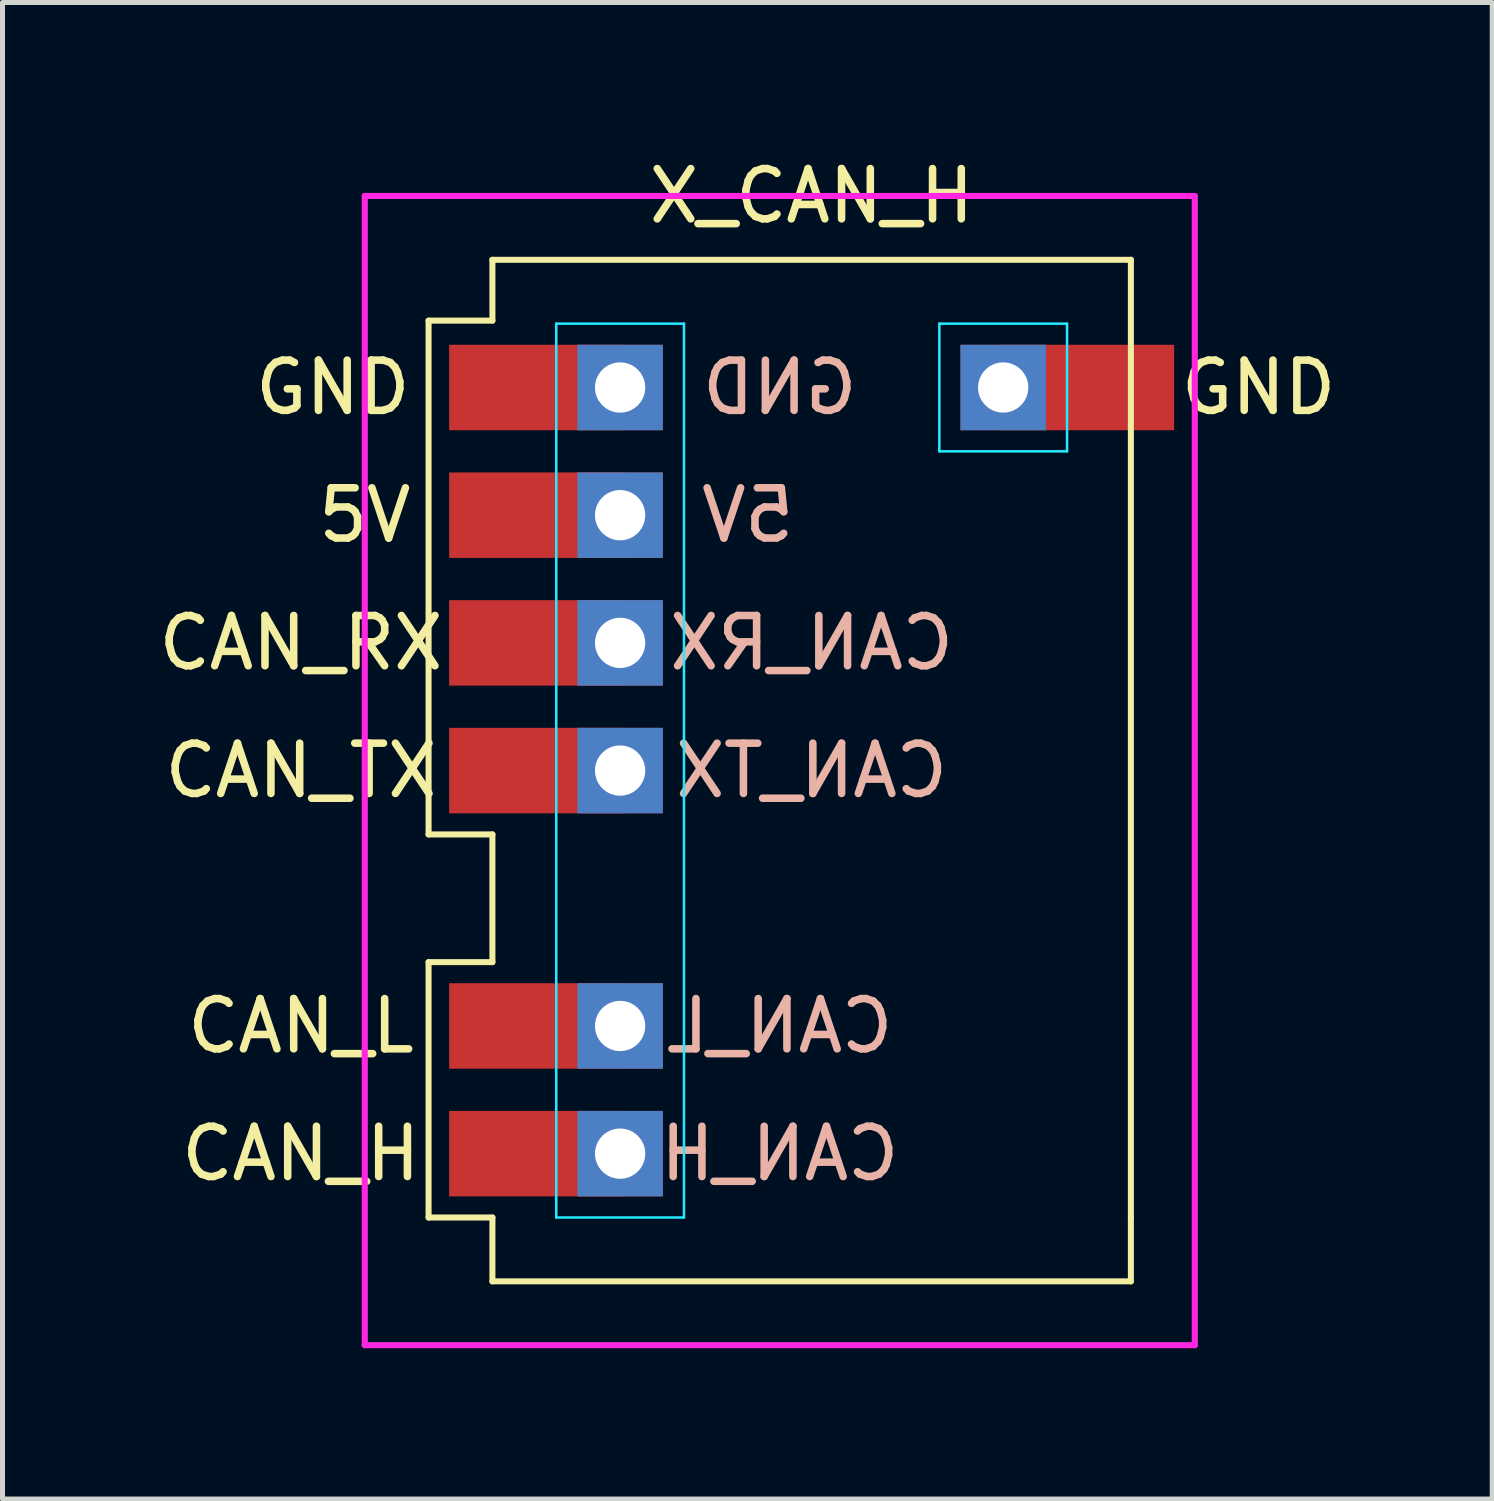
<source format=kicad_pcb>
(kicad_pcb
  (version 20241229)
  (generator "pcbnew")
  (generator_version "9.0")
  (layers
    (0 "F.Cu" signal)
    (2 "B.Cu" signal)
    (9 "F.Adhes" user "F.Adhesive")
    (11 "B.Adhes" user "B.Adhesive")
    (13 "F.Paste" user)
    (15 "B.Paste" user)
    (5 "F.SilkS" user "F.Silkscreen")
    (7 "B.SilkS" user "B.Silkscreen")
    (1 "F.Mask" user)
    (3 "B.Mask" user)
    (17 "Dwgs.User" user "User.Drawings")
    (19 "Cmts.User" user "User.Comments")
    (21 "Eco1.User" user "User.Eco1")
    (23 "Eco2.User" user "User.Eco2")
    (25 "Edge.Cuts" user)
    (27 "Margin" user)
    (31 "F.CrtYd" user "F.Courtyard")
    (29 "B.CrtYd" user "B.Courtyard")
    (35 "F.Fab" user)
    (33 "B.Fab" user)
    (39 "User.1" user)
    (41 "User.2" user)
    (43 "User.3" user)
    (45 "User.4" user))
  (footprint "X_CAN_H"
    (layer "F.Cu")
    (at 15.635 12.278)
    (property "Reference" "X_CAN_H" (at -2.54 -11.43 0) (unlocked yes) (layer "F.SilkS") (effects (font (size 1 1) (thickness 0.15))))
    (attr smd)
    (fp_line (start -10.16 -8.95) (end -8.89 -8.95) (stroke (width 0.12) (type solid)) (layer "F.SilkS"))
    (fp_line (start -10.16 1.27) (end -10.16 -8.95) (stroke (width 0.12) (type solid)) (layer "F.SilkS"))
    (fp_line (start -10.16 3.81) (end -8.89 3.81) (stroke (width 0.12) (type solid)) (layer "F.SilkS"))
    (fp_line (start -10.16 8.89) (end -10.16 3.81) (stroke (width 0.12) (type solid)) (layer "F.SilkS"))
    (fp_line (start -8.89 -10.16) (end 3.81 -10.16) (stroke (width 0.12) (type solid)) (layer "F.SilkS"))
    (fp_line (start -8.89 -8.95) (end -8.89 -10.16) (stroke (width 0.12) (type solid)) (layer "F.SilkS"))
    (fp_line (start -8.89 1.27) (end -10.16 1.27) (stroke (width 0.12) (type solid)) (layer "F.SilkS"))
    (fp_line (start -8.89 3.81) (end -8.89 1.27) (stroke (width 0.12) (type solid)) (layer "F.SilkS"))
    (fp_line (start -8.89 8.89) (end -10.16 8.89) (stroke (width 0.12) (type solid)) (layer "F.SilkS"))
    (fp_line (start -8.89 10.16) (end -8.89 8.89) (stroke (width 0.12) (type solid)) (layer "F.SilkS"))
    (fp_line (start 3.81 -10.16) (end 3.81 8.89) (stroke (width 0.12) (type solid)) (layer "F.SilkS"))
    (fp_line (start 3.81 8.89) (end 3.81 10.16) (stroke (width 0.12) (type solid)) (layer "F.SilkS"))
    (fp_line (start 3.81 10.16) (end -8.89 10.16) (stroke (width 0.12) (type solid)) (layer "F.SilkS"))
    (fp_line (start -7.62 -8.89) (end -7.62 8.89) (stroke (width 0.05) (type solid)) (layer "B.CrtYd"))
    (fp_line (start -7.62 8.89) (end -5.08 8.89) (stroke (width 0.05) (type solid)) (layer "B.CrtYd"))
    (fp_line (start -5.08 -8.89) (end -7.62 -8.89) (stroke (width 0.05) (type solid)) (layer "B.CrtYd"))
    (fp_line (start -5.08 8.89) (end -5.08 -8.89) (stroke (width 0.05) (type solid)) (layer "B.CrtYd"))
    (fp_line (start 0 -8.89) (end 0 -6.35) (stroke (width 0.05) (type solid)) (layer "B.CrtYd"))
    (fp_line (start 0 -6.35) (end 2.54 -6.35) (stroke (width 0.05) (type solid)) (layer "B.CrtYd"))
    (fp_line (start 2.54 -8.89) (end 0 -8.89) (stroke (width 0.05) (type solid)) (layer "B.CrtYd"))
    (fp_line (start 2.54 -6.35) (end 2.54 -8.89) (stroke (width 0.05) (type solid)) (layer "B.CrtYd"))
    (fp_line (start -11.43 -11.43) (end 5.08 -11.43) (stroke (width 0.12) (type solid)) (layer "F.CrtYd"))
    (fp_line (start -11.43 11.43) (end -11.43 -11.43) (stroke (width 0.12) (type solid)) (layer "F.CrtYd"))
    (fp_line (start 5.08 -11.43) (end 5.08 11.43) (stroke (width 0.12) (type solid)) (layer "F.CrtYd"))
    (fp_line (start 5.08 11.43) (end -11.43 11.43) (stroke (width 0.12) (type solid)) (layer "F.CrtYd"))
    (fp_line (start -11.43 -11.43) (end 5.08 -11.43) (stroke (width 0.1) (type solid)) (layer "F.Fab"))
    (fp_line (start -11.43 11.43) (end -11.43 -11.43) (stroke (width 0.1) (type solid)) (layer "F.Fab"))
    (fp_line (start 5.08 -11.43) (end 5.08 11.43) (stroke (width 0.1) (type solid)) (layer "F.Fab"))
    (fp_line (start 5.08 11.43) (end -11.43 11.43) (stroke (width 0.1) (type solid)) (layer "F.Fab"))
    (fp_text user "CAN_RX" (at -12.7 -2.54 0) (unlocked yes) (layer "F.SilkS") (effects (font (size 1 1) (thickness 0.15))))
    (fp_text user "GND" (at 6.35 -7.62 0) (unlocked yes) (layer "F.SilkS") (effects (font (size 1 1) (thickness 0.15))))
    (fp_text user "CAN_TX" (at -12.7 0 0) (unlocked yes) (layer "F.SilkS") (effects (font (size 1 1) (thickness 0.15))))
    (fp_text user "CAN_H" (at -12.7 7.62 0) (unlocked yes) (layer "F.SilkS") (effects (font (size 1 1) (thickness 0.15))))
    (fp_text user "GND" (at -12.065 -7.62 0) (unlocked yes) (layer "F.SilkS") (effects (font (size 1 1) (thickness 0.15))))
    (fp_text user "CAN_L" (at -12.7 5.08 0) (unlocked yes) (layer "F.SilkS") (effects (font (size 1 1) (thickness 0.15))))
    (fp_text user "5V" (at -11.43 -5.08 0) (unlocked yes) (layer "F.SilkS") (effects (font (size 1 1) (thickness 0.15))))
    (fp_text user "CAN_L" (at -3.175 5.08 0) (unlocked yes) (layer "B.SilkS") (effects (font (size 1 1) (thickness 0.15)) (justify mirror)))
    (fp_text user "CAN_TX" (at -2.54 0 0) (unlocked yes) (layer "B.SilkS") (effects (font (size 1 1) (thickness 0.15)) (justify mirror)))
    (fp_text user "CAN_RX" (at -2.54 -2.54 0) (unlocked yes) (layer "B.SilkS") (effects (font (size 1 1) (thickness 0.15)) (justify mirror)))
    (fp_text user "5V" (at -3.81 -5.08 0) (unlocked yes) (layer "B.SilkS") (effects (font (size 1 1) (thickness 0.15)) (justify mirror)))
    (fp_text user "CAN_H" (at -3.175 7.62 0) (unlocked yes) (layer "B.SilkS") (effects (font (size 1 1) (thickness 0.15)) (justify mirror)))
    (fp_text user "GND" (at -3.175 -7.62 0) (unlocked yes) (layer "B.SilkS") (effects (font (size 1 1) (thickness 0.15)) (justify mirror)))
    (pad "1" smd rect (at -8.001 -7.62 180) (size 3.5 1.7) (layers "F.Cu" "F.Mask" "F.Paste"))
    (pad "1" thru_hole rect (at -6.35 -7.62 180) (size 1.7 1.7) (drill 1) (layers "*.Cu" "*.Mask"))
    (pad "1" thru_hole rect (at 1.27 -7.62) (size 1.7 1.7) (drill 1) (layers "*.Cu" "*.Mask"))
    (pad "1" smd rect (at 2.921 -7.62) (size 3.5 1.7) (layers "F.Cu" "F.Mask" "F.Paste"))
    (pad "2" smd rect (at -8.001 -5.08 180) (size 3.5 1.7) (layers "F.Cu" "F.Mask" "F.Paste"))
    (pad "2" thru_hole rect (at -6.35 -5.08 180) (size 1.7 1.7) (drill 1) (layers "*.Cu" "*.Mask"))
    (pad "3" smd rect (at -8.001 -2.54 180) (size 3.5 1.7) (layers "F.Cu" "F.Mask" "F.Paste"))
    (pad "3" thru_hole rect (at -6.35 -2.54 180) (size 1.7 1.7) (drill 1) (layers "*.Cu" "*.Mask"))
    (pad "4" smd rect (at -8.001 0 180) (size 3.5 1.7) (layers "F.Cu" "F.Mask" "F.Paste"))
    (pad "4" thru_hole rect (at -6.35 0 180) (size 1.7 1.7) (drill 1) (layers "*.Cu" "*.Mask"))
    (pad "5" smd rect (at -8.001 5.08 180) (size 3.5 1.7) (layers "F.Cu" "F.Mask" "F.Paste"))
    (pad "5" thru_hole rect (at -6.35 5.08 180) (size 1.7 1.7) (drill 1) (layers "*.Cu" "*.Mask"))
    (pad "6" smd rect (at -8.001 7.62 180) (size 3.5 1.7) (layers "F.Cu" "F.Mask" "F.Paste"))
    (pad "6" thru_hole rect (at -6.35 7.62 180) (size 1.7 1.7) (drill 1) (layers "*.Cu" "*.Mask")))
  (gr_rect
    (start -3 -3)
    (end 26.633 26.768)
    (stroke (width 0.1) (type default))
    (fill no)
    (layer "Edge.Cuts")))
</source>
